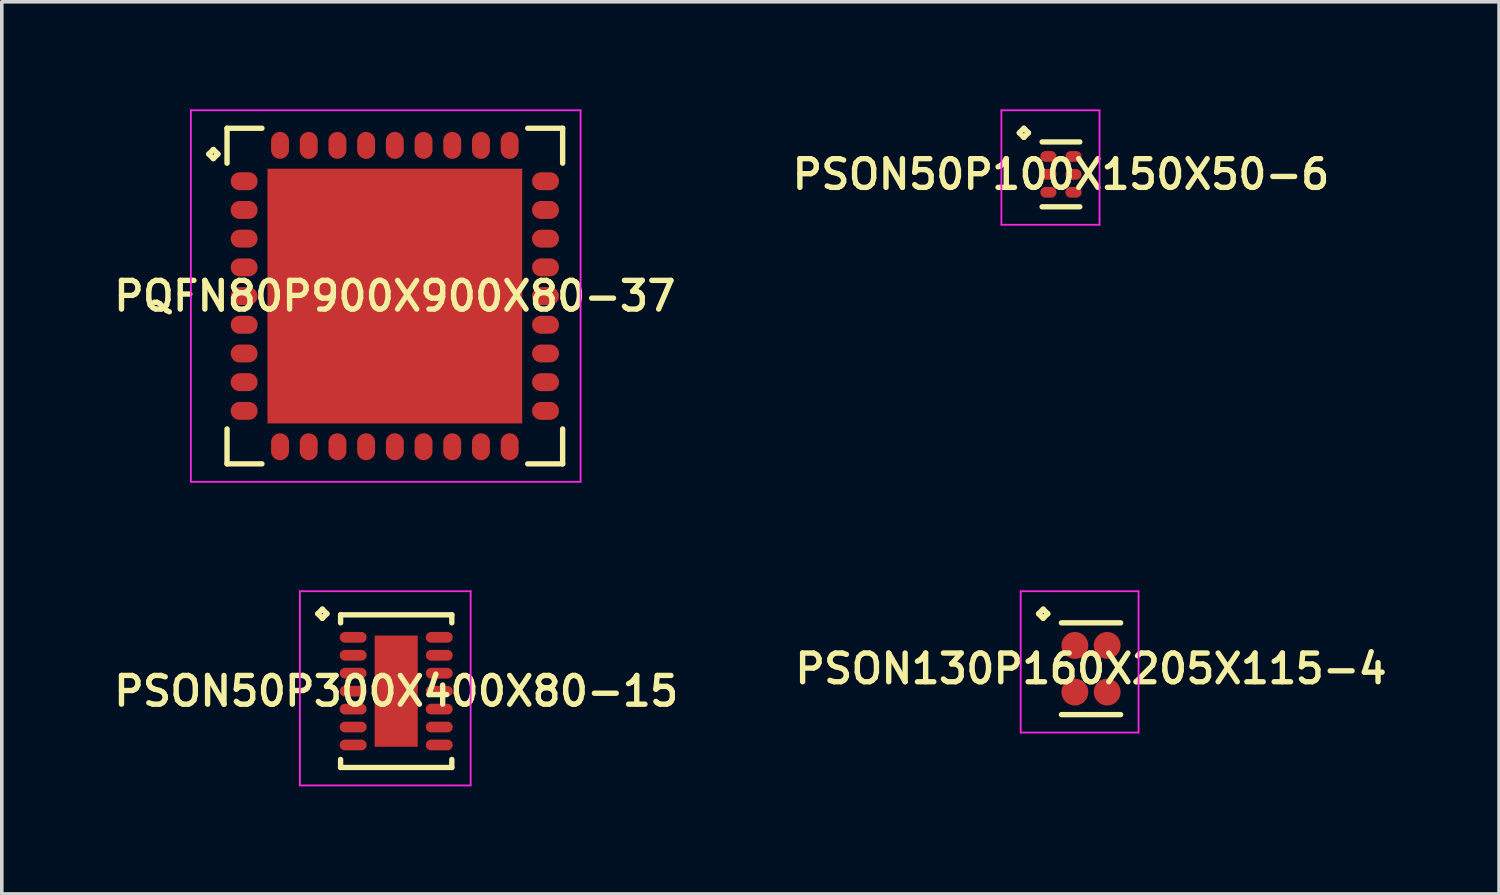
<source format=kicad_pcb>
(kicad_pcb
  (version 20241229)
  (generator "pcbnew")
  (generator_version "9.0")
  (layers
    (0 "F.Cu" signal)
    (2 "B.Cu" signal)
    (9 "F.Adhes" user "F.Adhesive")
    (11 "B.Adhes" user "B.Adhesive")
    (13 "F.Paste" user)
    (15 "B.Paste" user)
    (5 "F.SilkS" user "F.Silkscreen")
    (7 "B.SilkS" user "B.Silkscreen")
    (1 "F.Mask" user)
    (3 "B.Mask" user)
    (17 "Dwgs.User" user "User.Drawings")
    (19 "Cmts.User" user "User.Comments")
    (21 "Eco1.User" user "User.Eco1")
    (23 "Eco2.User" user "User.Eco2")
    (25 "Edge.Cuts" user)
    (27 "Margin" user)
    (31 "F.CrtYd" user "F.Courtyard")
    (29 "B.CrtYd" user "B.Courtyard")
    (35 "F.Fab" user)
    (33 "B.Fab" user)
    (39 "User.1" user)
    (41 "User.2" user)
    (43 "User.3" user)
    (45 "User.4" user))
  (footprint "PQFN80P900X900X80-37"
    (layer "F.Cu")
    (at 7.955 5.202)
    (property "Reference" "PQFN80P900X900X80-37" (at 0 0 0) (layer "F.SilkS") (effects (font (size 0.8 0.8) (thickness 0.15))))
    (attr smd)
    (fp_line (start -5.185 -3.958) (end -5.058 -4.085) (stroke (width 0.15) (type solid)) (layer "F.SilkS"))
    (fp_line (start -5.058 -4.085) (end -4.931 -3.958) (stroke (width 0.15) (type solid)) (layer "F.SilkS"))
    (fp_line (start -5.058 -3.831) (end -5.185 -3.958) (stroke (width 0.15) (type solid)) (layer "F.SilkS"))
    (fp_line (start -4.931 -3.958) (end -5.058 -3.831) (stroke (width 0.15) (type solid)) (layer "F.SilkS"))
    (fp_line (start -4.677 -4.677) (end -3.704 -4.677) (stroke (width 0.15) (type solid)) (layer "F.SilkS"))
    (fp_line (start -4.677 -3.704) (end -4.677 -4.677) (stroke (width 0.15) (type solid)) (layer "F.SilkS"))
    (fp_line (start -4.677 3.704) (end -4.677 4.677) (stroke (width 0.15) (type solid)) (layer "F.SilkS"))
    (fp_line (start -4.677 4.677) (end -3.704 4.677) (stroke (width 0.15) (type solid)) (layer "F.SilkS"))
    (fp_line (start 3.704 -4.677) (end 4.677 -4.677) (stroke (width 0.15) (type solid)) (layer "F.SilkS"))
    (fp_line (start 3.704 4.677) (end 4.677 4.677) (stroke (width 0.15) (type solid)) (layer "F.SilkS"))
    (fp_line (start 4.677 -4.677) (end 4.677 -3.704) (stroke (width 0.15) (type solid)) (layer "F.SilkS"))
    (fp_line (start 4.677 4.677) (end 4.677 3.704) (stroke (width 0.15) (type solid)) (layer "F.SilkS"))
    (fp_line (start -5.685 -5.177) (end 5.177 -5.177) (stroke (width 0.05) (type solid)) (layer "F.CrtYd"))
    (fp_line (start -5.685 5.177) (end -5.685 -5.177) (stroke (width 0.05) (type solid)) (layer "F.CrtYd"))
    (fp_line (start 5.177 -5.177) (end 5.177 5.177) (stroke (width 0.05) (type solid)) (layer "F.CrtYd"))
    (fp_line (start 5.177 5.177) (end -5.685 5.177) (stroke (width 0.05) (type solid)) (layer "F.CrtYd"))
    (pad "1" smd oval (at -4.2 -3.2) (size 0.75 0.5) (layers "F.Cu" "F.Mask" "F.Paste"))
    (pad "2" smd oval (at -4.2 -2.4) (size 0.75 0.5) (layers "F.Cu" "F.Mask" "F.Paste"))
    (pad "3" smd oval (at -4.2 -1.6) (size 0.75 0.5) (layers "F.Cu" "F.Mask" "F.Paste"))
    (pad "4" smd oval (at -4.2 -0.8) (size 0.75 0.5) (layers "F.Cu" "F.Mask" "F.Paste"))
    (pad "5" smd oval (at -4.2 0) (size 0.75 0.5) (layers "F.Cu" "F.Mask" "F.Paste"))
    (pad "6" smd oval (at -4.2 0.8) (size 0.75 0.5) (layers "F.Cu" "F.Mask" "F.Paste"))
    (pad "7" smd oval (at -4.2 1.6) (size 0.75 0.5) (layers "F.Cu" "F.Mask" "F.Paste"))
    (pad "8" smd oval (at -4.2 2.4) (size 0.75 0.5) (layers "F.Cu" "F.Mask" "F.Paste"))
    (pad "9" smd oval (at -4.2 3.2) (size 0.75 0.5) (layers "F.Cu" "F.Mask" "F.Paste"))
    (pad "10" smd oval (at -3.2 4.2) (size 0.5 0.75) (layers "F.Cu" "F.Mask" "F.Paste"))
    (pad "11" smd oval (at -2.4 4.2) (size 0.5 0.75) (layers "F.Cu" "F.Mask" "F.Paste"))
    (pad "12" smd oval (at -1.6 4.2) (size 0.5 0.75) (layers "F.Cu" "F.Mask" "F.Paste"))
    (pad "13" smd oval (at -0.8 4.2) (size 0.5 0.75) (layers "F.Cu" "F.Mask" "F.Paste"))
    (pad "14" smd oval (at 0 4.2) (size 0.5 0.75) (layers "F.Cu" "F.Mask" "F.Paste"))
    (pad "15" smd oval (at 0.8 4.2) (size 0.5 0.75) (layers "F.Cu" "F.Mask" "F.Paste"))
    (pad "16" smd oval (at 1.6 4.2) (size 0.5 0.75) (layers "F.Cu" "F.Mask" "F.Paste"))
    (pad "17" smd oval (at 2.4 4.2) (size 0.5 0.75) (layers "F.Cu" "F.Mask" "F.Paste"))
    (pad "18" smd oval (at 3.2 4.2) (size 0.5 0.75) (layers "F.Cu" "F.Mask" "F.Paste"))
    (pad "19" smd oval (at 4.2 3.2) (size 0.75 0.5) (layers "F.Cu" "F.Mask" "F.Paste"))
    (pad "20" smd oval (at 4.2 2.4) (size 0.75 0.5) (layers "F.Cu" "F.Mask" "F.Paste"))
    (pad "21" smd oval (at 4.2 1.6) (size 0.75 0.5) (layers "F.Cu" "F.Mask" "F.Paste"))
    (pad "22" smd oval (at 4.2 0.8) (size 0.75 0.5) (layers "F.Cu" "F.Mask" "F.Paste"))
    (pad "23" smd oval (at 4.2 0) (size 0.75 0.5) (layers "F.Cu" "F.Mask" "F.Paste"))
    (pad "24" smd oval (at 4.2 -0.8) (size 0.75 0.5) (layers "F.Cu" "F.Mask" "F.Paste"))
    (pad "25" smd oval (at 4.2 -1.6) (size 0.75 0.5) (layers "F.Cu" "F.Mask" "F.Paste"))
    (pad "26" smd oval (at 4.2 -2.4) (size 0.75 0.5) (layers "F.Cu" "F.Mask" "F.Paste"))
    (pad "27" smd oval (at 4.2 -3.2) (size 0.75 0.5) (layers "F.Cu" "F.Mask" "F.Paste"))
    (pad "28" smd oval (at 3.2 -4.2) (size 0.5 0.75) (layers "F.Cu" "F.Mask" "F.Paste"))
    (pad "29" smd oval (at 2.4 -4.2) (size 0.5 0.75) (layers "F.Cu" "F.Mask" "F.Paste"))
    (pad "30" smd oval (at 1.6 -4.2) (size 0.5 0.75) (layers "F.Cu" "F.Mask" "F.Paste"))
    (pad "31" smd oval (at 0.8 -4.2) (size 0.5 0.75) (layers "F.Cu" "F.Mask" "F.Paste"))
    (pad "32" smd oval (at 0 -4.2) (size 0.5 0.75) (layers "F.Cu" "F.Mask" "F.Paste"))
    (pad "33" smd oval (at -0.8 -4.2) (size 0.5 0.75) (layers "F.Cu" "F.Mask" "F.Paste"))
    (pad "34" smd oval (at -1.6 -4.2) (size 0.5 0.75) (layers "F.Cu" "F.Mask" "F.Paste"))
    (pad "35" smd oval (at -2.4 -4.2) (size 0.5 0.75) (layers "F.Cu" "F.Mask" "F.Paste"))
    (pad "36" smd oval (at -3.2 -4.2) (size 0.5 0.75) (layers "F.Cu" "F.Mask" "F.Paste"))
    (pad "37" smd rect (at 0 0) (size 7.1 7.1) (layers "F.Cu" "F.Mask" "F.Paste")))
  (footprint "PSON130P160X205X115-4"
    (layer "F.Cu")
    (at 27.359 15.589)
    (property "Reference" "PSON130P160X205X115-4" (at 0 0 0) (layer "F.SilkS") (effects (font (size 0.8 0.8) (thickness 0.15))))
    (attr smd)
    (fp_line (start -1.46 -1.533) (end -1.333 -1.66) (stroke (width 0.15) (type solid)) (layer "F.SilkS"))
    (fp_line (start -1.333 -1.66) (end -1.206 -1.533) (stroke (width 0.15) (type solid)) (layer "F.SilkS"))
    (fp_line (start -1.333 -1.406) (end -1.46 -1.533) (stroke (width 0.15) (type solid)) (layer "F.SilkS"))
    (fp_line (start -1.206 -1.533) (end -1.333 -1.406) (stroke (width 0.15) (type solid)) (layer "F.SilkS"))
    (fp_line (start -0.825 -1.279) (end 0.825 -1.279) (stroke (width 0.15) (type solid)) (layer "F.SilkS"))
    (fp_line (start -0.825 1.279) (end 0.825 1.279) (stroke (width 0.15) (type solid)) (layer "F.SilkS"))
    (fp_line (start -1.96 -2.16) (end 1.325 -2.16) (stroke (width 0.05) (type solid)) (layer "F.CrtYd"))
    (fp_line (start -1.96 1.779) (end -1.96 -2.16) (stroke (width 0.05) (type solid)) (layer "F.CrtYd"))
    (fp_line (start 1.325 -2.16) (end 1.325 1.779) (stroke (width 0.05) (type solid)) (layer "F.CrtYd"))
    (fp_line (start 1.325 1.779) (end -1.96 1.779) (stroke (width 0.05) (type solid)) (layer "F.CrtYd"))
    (pad "1" smd oval (at -0.45 -0.65) (size 0.75 0.75) (layers "F.Cu" "F.Mask" "F.Paste"))
    (pad "2" smd oval (at -0.45 0.65) (size 0.75 0.75) (layers "F.Cu" "F.Mask" "F.Paste"))
    (pad "3" smd oval (at 0.45 0.65) (size 0.75 0.75) (layers "F.Cu" "F.Mask" "F.Paste"))
    (pad "4" smd oval (at 0.45 -0.65) (size 0.75 0.75) (layers "F.Cu" "F.Mask" "F.Paste")))
  (footprint "PSON50P100X150X50-6"
    (layer "F.Cu")
    (at 26.521 1.81)
    (property "Reference" "PSON50P100X150X50-6" (at 0 0 0) (layer "F.SilkS") (effects (font (size 0.8 0.8) (thickness 0.15))))
    (attr smd)
    (fp_line (start -1.16 -1.158) (end -1.033 -1.285) (stroke (width 0.15) (type solid)) (layer "F.SilkS"))
    (fp_line (start -1.033 -1.285) (end -0.906 -1.158) (stroke (width 0.15) (type solid)) (layer "F.SilkS"))
    (fp_line (start -1.033 -1.031) (end -1.16 -1.158) (stroke (width 0.15) (type solid)) (layer "F.SilkS"))
    (fp_line (start -0.906 -1.158) (end -1.033 -1.031) (stroke (width 0.15) (type solid)) (layer "F.SilkS"))
    (fp_line (start -0.525 -0.904) (end 0.525 -0.904) (stroke (width 0.15) (type solid)) (layer "F.SilkS"))
    (fp_line (start -0.525 0.904) (end 0.525 0.904) (stroke (width 0.15) (type solid)) (layer "F.SilkS"))
    (fp_line (start -1.66 -1.785) (end 1.075 -1.785) (stroke (width 0.05) (type solid)) (layer "F.CrtYd"))
    (fp_line (start -1.66 1.404) (end -1.66 -1.785) (stroke (width 0.05) (type solid)) (layer "F.CrtYd"))
    (fp_line (start 1.075 -1.785) (end 1.075 1.404) (stroke (width 0.05) (type solid)) (layer "F.CrtYd"))
    (fp_line (start 1.075 1.404) (end -1.66 1.404) (stroke (width 0.05) (type solid)) (layer "F.CrtYd"))
    (pad "1" smd oval (at -0.35 -0.5) (size 0.45 0.3) (layers "F.Cu" "F.Mask" "F.Paste"))
    (pad "2" smd oval (at -0.35 0) (size 0.45 0.3) (layers "F.Cu" "F.Mask" "F.Paste"))
    (pad "3" smd oval (at -0.35 0.5) (size 0.45 0.3) (layers "F.Cu" "F.Mask" "F.Paste"))
    (pad "4" smd oval (at 0.35 0.5) (size 0.45 0.3) (layers "F.Cu" "F.Mask" "F.Paste"))
    (pad "5" smd oval (at 0.35 0) (size 0.45 0.3) (layers "F.Cu" "F.Mask" "F.Paste"))
    (pad "6" smd oval (at 0.35 -0.5) (size 0.45 0.3) (layers "F.Cu" "F.Mask" "F.Paste")))
  (footprint "PSON50P300X400X80-15"
    (layer "F.Cu")
    (at 7.993 16.214)
    (property "Reference" "PSON50P300X400X80-15" (at 0 0 0) (layer "F.SilkS") (effects (font (size 0.8 0.8) (thickness 0.15))))
    (attr smd)
    (fp_line (start -2.185 -2.158) (end -2.058 -2.285) (stroke (width 0.15) (type solid)) (layer "F.SilkS"))
    (fp_line (start -2.058 -2.285) (end -1.931 -2.158) (stroke (width 0.15) (type solid)) (layer "F.SilkS"))
    (fp_line (start -2.058 -2.031) (end -2.185 -2.158) (stroke (width 0.15) (type solid)) (layer "F.SilkS"))
    (fp_line (start -1.931 -2.158) (end -2.058 -2.031) (stroke (width 0.15) (type solid)) (layer "F.SilkS"))
    (fp_line (start -1.55 -2.127) (end 1.55 -2.127) (stroke (width 0.15) (type solid)) (layer "F.SilkS"))
    (fp_line (start -1.55 -1.904) (end -1.55 -2.127) (stroke (width 0.15) (type solid)) (layer "F.SilkS"))
    (fp_line (start -1.55 1.904) (end -1.55 2.127) (stroke (width 0.15) (type solid)) (layer "F.SilkS"))
    (fp_line (start -1.55 2.127) (end 1.55 2.127) (stroke (width 0.15) (type solid)) (layer "F.SilkS"))
    (fp_line (start 1.55 -2.127) (end 1.55 -1.904) (stroke (width 0.15) (type solid)) (layer "F.SilkS"))
    (fp_line (start 1.55 2.127) (end 1.55 1.904) (stroke (width 0.15) (type solid)) (layer "F.SilkS"))
    (fp_line (start -2.685 -2.785) (end 2.075 -2.785) (stroke (width 0.05) (type solid)) (layer "F.CrtYd"))
    (fp_line (start -2.685 2.627) (end -2.685 -2.785) (stroke (width 0.05) (type solid)) (layer "F.CrtYd"))
    (fp_line (start 2.075 -2.785) (end 2.075 2.627) (stroke (width 0.05) (type solid)) (layer "F.CrtYd"))
    (fp_line (start 2.075 2.627) (end -2.685 2.627) (stroke (width 0.05) (type solid)) (layer "F.CrtYd"))
    (pad "1" smd oval (at -1.2 -1.5) (size 0.75 0.3) (layers "F.Cu" "F.Mask" "F.Paste"))
    (pad "2" smd oval (at -1.2 -1) (size 0.75 0.3) (layers "F.Cu" "F.Mask" "F.Paste"))
    (pad "3" smd oval (at -1.2 -0.5) (size 0.75 0.3) (layers "F.Cu" "F.Mask" "F.Paste"))
    (pad "4" smd oval (at -1.2 0) (size 0.75 0.3) (layers "F.Cu" "F.Mask" "F.Paste"))
    (pad "5" smd oval (at -1.2 0.5) (size 0.75 0.3) (layers "F.Cu" "F.Mask" "F.Paste"))
    (pad "6" smd oval (at -1.2 1) (size 0.75 0.3) (layers "F.Cu" "F.Mask" "F.Paste"))
    (pad "7" smd oval (at -1.2 1.5) (size 0.75 0.3) (layers "F.Cu" "F.Mask" "F.Paste"))
    (pad "8" smd oval (at 1.2 1.5) (size 0.75 0.3) (layers "F.Cu" "F.Mask" "F.Paste"))
    (pad "9" smd oval (at 1.2 1) (size 0.75 0.3) (layers "F.Cu" "F.Mask" "F.Paste"))
    (pad "10" smd oval (at 1.2 0.5) (size 0.75 0.3) (layers "F.Cu" "F.Mask" "F.Paste"))
    (pad "11" smd oval (at 1.2 0) (size 0.75 0.3) (layers "F.Cu" "F.Mask" "F.Paste"))
    (pad "12" smd oval (at 1.2 -0.5) (size 0.75 0.3) (layers "F.Cu" "F.Mask" "F.Paste"))
    (pad "13" smd oval (at 1.2 -1) (size 0.75 0.3) (layers "F.Cu" "F.Mask" "F.Paste"))
    (pad "14" smd oval (at 1.2 -1.5) (size 0.75 0.3) (layers "F.Cu" "F.Mask" "F.Paste"))
    (pad "15" smd rect (at 0 0) (size 1.2 3.1) (layers "F.Cu" "F.Mask" "F.Paste")))
  (gr_rect
    (start -3 -3)
    (end 38.732 21.866)
    (stroke (width 0.1) (type default))
    (fill no)
    (layer "Edge.Cuts")))
</source>
